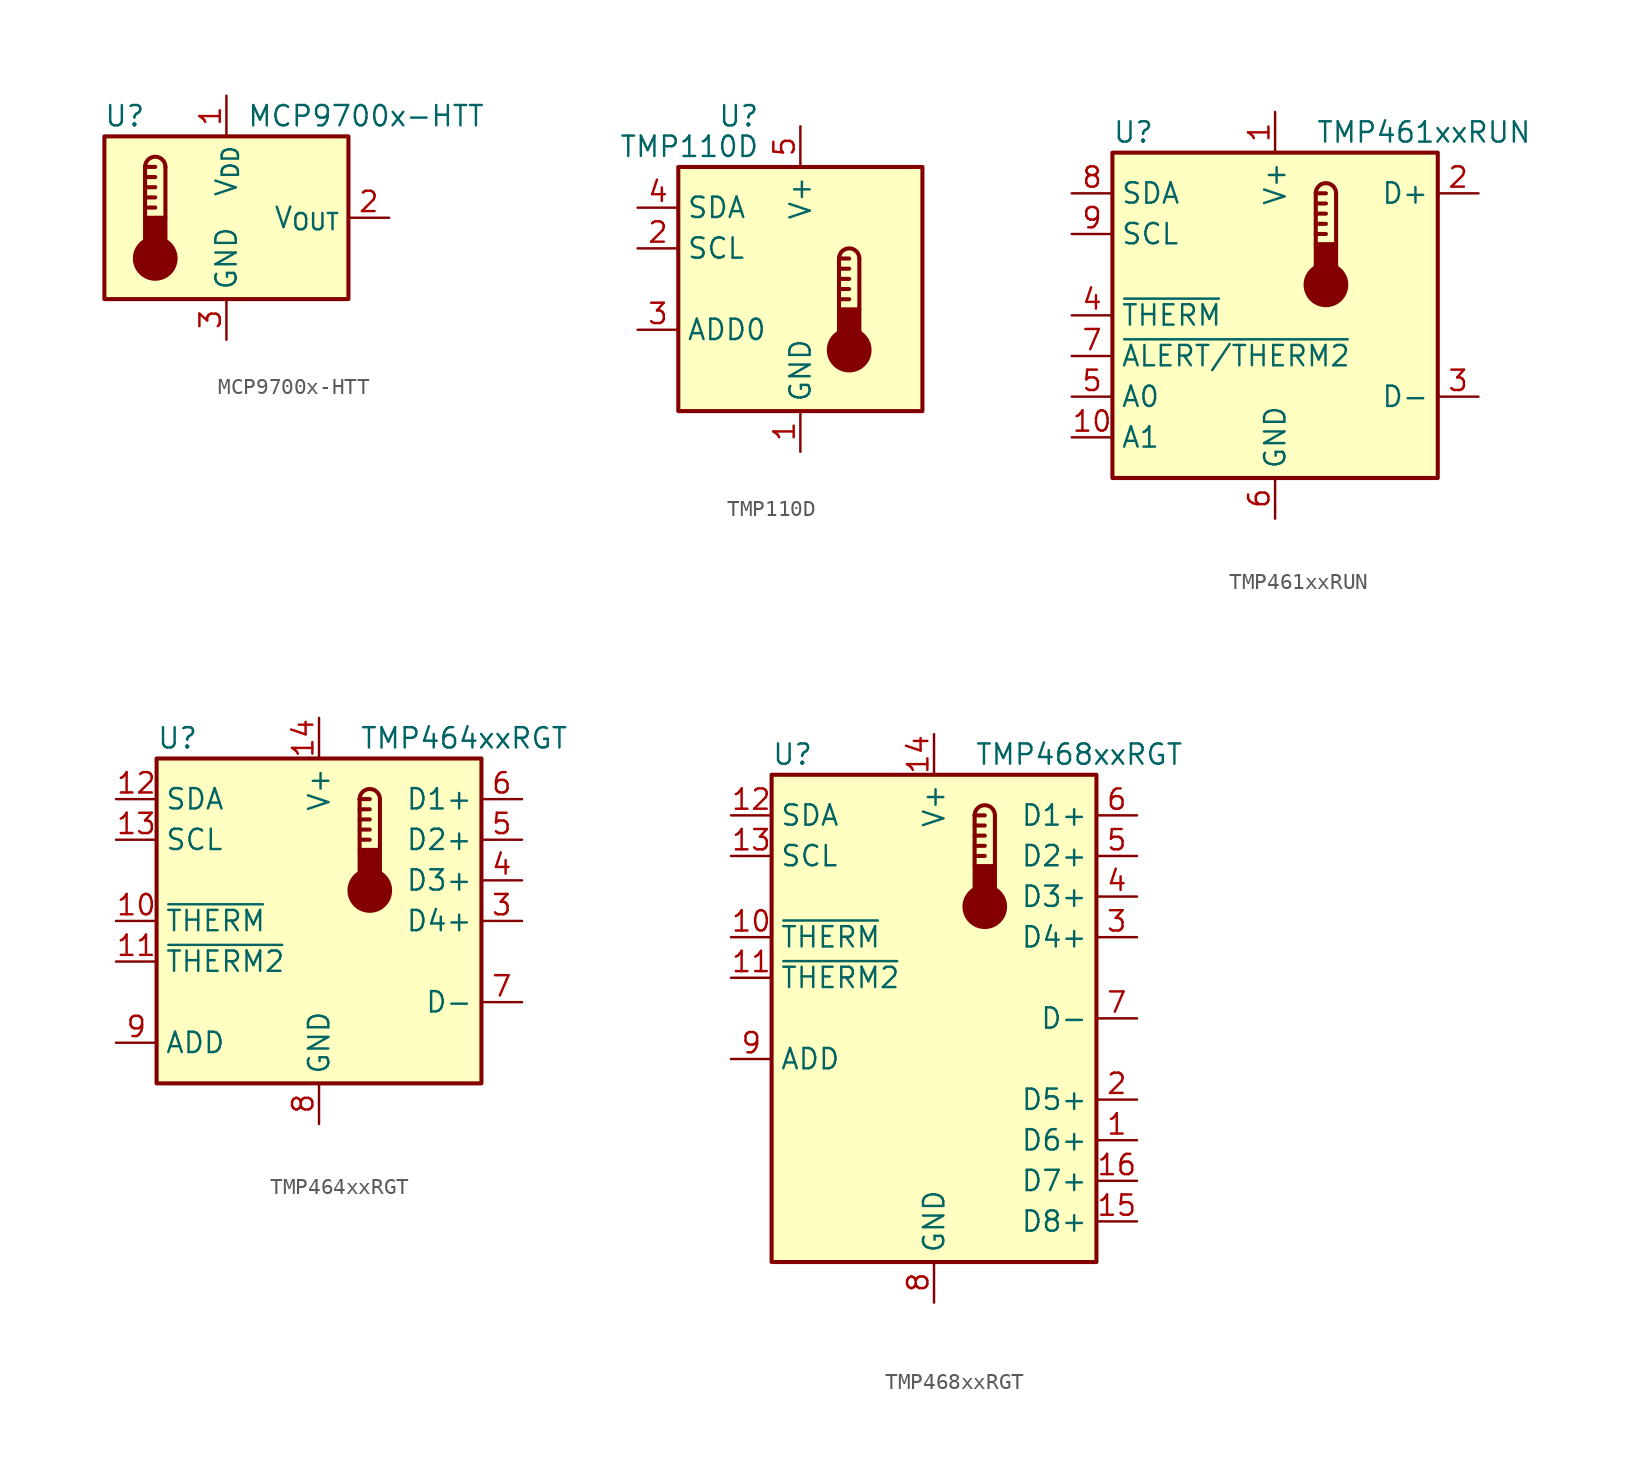
<source format=kicad_sym>
(kicad_symbol_lib
  (version 20241209)
  (generator "kicad_symbol_editor")
  (generator_version "9.0")
  (symbol "MCP9700x-HTT"
    (property "Reference" "U"
      (at -6.35 6.35 0)
      (effects (font (size 1.27 1.27))))
    (property "Value" "MCP9700x-HTT"
      (at 1.27 6.35 0)
      (effects (font (size 1.27 1.27)) (justify left)))
    (symbol "MCP9700x-HTT_0_1"
      (rectangle (start -7.62 5.08) (end 7.62 -5.08) (stroke (width 0.254) (type default)) (fill (type background)))
      (polyline (pts (xy -5.08 3.175) (xy -5.08 0)) (stroke (width 0.254) (type default)) (fill (type none)))
      (polyline (pts (xy -5.08 3.175) (xy -4.445 3.175)) (stroke (width 0.254) (type default)) (fill (type none)))
      (polyline (pts (xy -5.08 2.54) (xy -4.445 2.54)) (stroke (width 0.254) (type default)) (fill (type none)))
      (polyline (pts (xy -5.08 1.905) (xy -4.445 1.905)) (stroke (width 0.254) (type default)) (fill (type none)))
      (polyline (pts (xy -5.08 1.27) (xy -4.445 1.27)) (stroke (width 0.254) (type default)) (fill (type none)))
      (polyline (pts (xy -5.08 0.635) (xy -4.445 0.635)) (stroke (width 0.254) (type default)) (fill (type none)))
      (arc (start -5.08 3.175) (mid -4.445 3.8073) (end -3.81 3.175) (stroke (width 0.254) (type default)) (fill (type none)))
      (circle (center -4.445 -2.54) (radius 1.27) (stroke (width 0.254) (type default)) (fill (type outline)))
      (polyline (pts (xy -3.81 3.175) (xy -3.81 0)) (stroke (width 0.254) (type default)) (fill (type none)))
      (rectangle (start -3.81 -1.905) (end -5.08 0) (stroke (width 0.254) (type default)) (fill (type outline))))
    (symbol "MCP9700x-HTT_1_1"
      (pin power_in line (at 0 7.62 270) (length 2.54) (name "V_{DD}" (effects (font (size 1.27 1.27)))) (number "1" (effects (font (size 1.27 1.27)))))
      (pin power_in line (at 0 -7.62 90) (length 2.54) (name "GND" (effects (font (size 1.27 1.27)))) (number "3" (effects (font (size 1.27 1.27)))))
      (pin output line (at 10.16 0 180) (length 2.54) (name "V_{OUT}" (effects (font (size 1.27 1.27)))) (number "2" (effects (font (size 1.27 1.27)))))))
  (symbol "TMP110D"
    (property "Reference" "U"
      (at -2.54 10.795 0)
      (effects (font (size 1.27 1.27)) (justify right)))
    (property "Value" "TMP110D"
      (at -2.54 8.89 0)
      (effects (font (size 1.27 1.27)) (justify right)))
    (symbol "TMP110D_0_1"
      (rectangle (start -7.62 7.62) (end 7.62 -7.62) (stroke (width 0.254) (type default)) (fill (type background))))
    (symbol "TMP110D_1_1"
      (polyline (pts (xy 2.413 1.905) (xy 2.413 -1.27)) (stroke (width 0.254) (type default)) (fill (type none)))
      (polyline (pts (xy 2.413 1.905) (xy 3.048 1.905)) (stroke (width 0.254) (type default)) (fill (type none)))
      (polyline (pts (xy 2.413 1.27) (xy 3.048 1.27)) (stroke (width 0.254) (type default)) (fill (type none)))
      (polyline (pts (xy 2.413 0.635) (xy 3.048 0.635)) (stroke (width 0.254) (type default)) (fill (type none)))
      (polyline (pts (xy 2.413 0) (xy 3.048 0)) (stroke (width 0.254) (type default)) (fill (type none)))
      (polyline (pts (xy 2.413 -0.635) (xy 3.048 -0.635)) (stroke (width 0.254) (type default)) (fill (type none)))
      (arc (start 2.413 1.905) (mid 3.048 2.5373) (end 3.683 1.905) (stroke (width 0.254) (type default)) (fill (type none)))
      (circle (center 3.048 -3.81) (radius 1.27) (stroke (width 0.254) (type default)) (fill (type outline)))
      (polyline (pts (xy 3.683 1.905) (xy 3.683 -1.27)) (stroke (width 0.254) (type default)) (fill (type none)))
      (rectangle (start 3.683 -3.175) (end 2.413 -1.27) (stroke (width 0.254) (type default)) (fill (type outline)))
      (pin bidirectional line (at -10.16 5.08 0) (length 2.54) (name "SDA" (effects (font (size 1.27 1.27)))) (number "4" (effects (font (size 1.27 1.27)))))
      (pin input line (at -10.16 2.54 0) (length 2.54) (name "SCL" (effects (font (size 1.27 1.27)))) (number "2" (effects (font (size 1.27 1.27)))))
      (pin input line (at -10.16 -2.54 0) (length 2.54) (name "ADD0" (effects (font (size 1.27 1.27)))) (number "3" (effects (font (size 1.27 1.27)))))
      (pin power_in line (at 0 10.16 270) (length 2.54) (name "V+" (effects (font (size 1.27 1.27)))) (number "5" (effects (font (size 1.27 1.27)))))
      (pin power_in line (at 0 -10.16 90) (length 2.54) (name "GND" (effects (font (size 1.27 1.27)))) (number "1" (effects (font (size 1.27 1.27)))))))
  (symbol "TMP461xxRUN"
    (property "Reference" "U"
      (at -10.16 11.43 0)
      (effects (font (size 1.27 1.27)) (justify left)))
    (property "Value" "TMP461xxRUN"
      (at 2.54 11.43 0)
      (effects (font (size 1.27 1.27)) (justify left)))
    (symbol "TMP461xxRUN_0_1"
      (rectangle (start -10.16 10.16) (end 10.16 -10.16) (stroke (width 0.254) (type default)) (fill (type background))))
    (symbol "TMP461xxRUN_1_1"
      (polyline (pts (xy 2.54 7.62) (xy 2.54 4.445)) (stroke (width 0.254) (type default)) (fill (type none)))
      (polyline (pts (xy 2.54 7.62) (xy 3.175 7.62)) (stroke (width 0.254) (type default)) (fill (type none)))
      (polyline (pts (xy 2.54 6.985) (xy 3.175 6.985)) (stroke (width 0.254) (type default)) (fill (type none)))
      (polyline (pts (xy 2.54 6.35) (xy 3.175 6.35)) (stroke (width 0.254) (type default)) (fill (type none)))
      (polyline (pts (xy 2.54 5.715) (xy 3.175 5.715)) (stroke (width 0.254) (type default)) (fill (type none)))
      (polyline (pts (xy 2.54 5.08) (xy 3.175 5.08)) (stroke (width 0.254) (type default)) (fill (type none)))
      (arc (start 2.54 7.62) (mid 3.175 8.2523) (end 3.81 7.62) (stroke (width 0.254) (type default)) (fill (type none)))
      (circle (center 3.175 1.905) (radius 1.27) (stroke (width 0.254) (type default)) (fill (type outline)))
      (polyline (pts (xy 3.81 7.62) (xy 3.81 4.445)) (stroke (width 0.254) (type default)) (fill (type none)))
      (rectangle (start 3.81 2.54) (end 2.54 4.445) (stroke (width 0.254) (type default)) (fill (type outline)))
      (pin bidirectional line (at -12.7 7.62 0) (length 2.54) (name "SDA" (effects (font (size 1.27 1.27)))) (number "8" (effects (font (size 1.27 1.27)))))
      (pin input line (at -12.7 5.08 0) (length 2.54) (name "SCL" (effects (font (size 1.27 1.27)))) (number "9" (effects (font (size 1.27 1.27)))))
      (pin open_collector line (at -12.7 0 0) (length 2.54) (name "~{THERM}" (effects (font (size 1.27 1.27)))) (number "4" (effects (font (size 1.27 1.27)))))
      (pin open_collector line (at -12.7 -2.54 0) (length 2.54) (name "~{ALERT/THERM2}" (effects (font (size 1.27 1.27)))) (number "7" (effects (font (size 1.27 1.27)))) (alternate "~{ALERT}" open_collector line) (alternate "~{THERM2}" open_collector line))
      (pin passive line (at -12.7 -5.08 0) (length 2.54) (name "A0" (effects (font (size 1.27 1.27)))) (number "5" (effects (font (size 1.27 1.27)))))
      (pin passive line (at -12.7 -7.62 0) (length 2.54) (name "A1" (effects (font (size 1.27 1.27)))) (number "10" (effects (font (size 1.27 1.27)))))
      (pin power_in line (at 0 12.7 270) (length 2.54) (name "V+" (effects (font (size 1.27 1.27)))) (number "1" (effects (font (size 1.27 1.27)))))
      (pin power_in line (at 0 -12.7 90) (length 2.54) (name "GND" (effects (font (size 1.27 1.27)))) (number "6" (effects (font (size 1.27 1.27)))))
      (pin passive line (at 12.7 7.62 180) (length 2.54) (name "D+" (effects (font (size 1.27 1.27)))) (number "2" (effects (font (size 1.27 1.27)))))
      (pin passive line (at 12.7 -5.08 180) (length 2.54) (name "D-" (effects (font (size 1.27 1.27)))) (number "3" (effects (font (size 1.27 1.27)))))))
  (symbol "TMP464xxRGT"
    (property "Reference" "U"
      (at -10.16 11.43 0)
      (effects (font (size 1.27 1.27)) (justify left)))
    (property "Value" "TMP464xxRGT"
      (at 2.54 11.43 0)
      (effects (font (size 1.27 1.27)) (justify left)))
    (symbol "TMP464xxRGT_0_1"
      (rectangle (start -10.16 10.16) (end 10.16 -10.16) (stroke (width 0.254) (type default)) (fill (type background))))
    (symbol "TMP464xxRGT_1_1"
      (polyline (pts (xy 2.54 7.62) (xy 2.54 4.445)) (stroke (width 0.254) (type default)) (fill (type none)))
      (polyline (pts (xy 2.54 7.62) (xy 3.175 7.62)) (stroke (width 0.254) (type default)) (fill (type none)))
      (polyline (pts (xy 2.54 6.985) (xy 3.175 6.985)) (stroke (width 0.254) (type default)) (fill (type none)))
      (polyline (pts (xy 2.54 6.35) (xy 3.175 6.35)) (stroke (width 0.254) (type default)) (fill (type none)))
      (polyline (pts (xy 2.54 5.715) (xy 3.175 5.715)) (stroke (width 0.254) (type default)) (fill (type none)))
      (polyline (pts (xy 2.54 5.08) (xy 3.175 5.08)) (stroke (width 0.254) (type default)) (fill (type none)))
      (arc (start 2.54 7.62) (mid 3.175 8.2523) (end 3.81 7.62) (stroke (width 0.254) (type default)) (fill (type none)))
      (circle (center 3.175 1.905) (radius 1.27) (stroke (width 0.254) (type default)) (fill (type outline)))
      (polyline (pts (xy 3.81 7.62) (xy 3.81 4.445)) (stroke (width 0.254) (type default)) (fill (type none)))
      (rectangle (start 3.81 2.54) (end 2.54 4.445) (stroke (width 0.254) (type default)) (fill (type outline)))
      (pin bidirectional line (at -12.7 7.62 0) (length 2.54) (name "SDA" (effects (font (size 1.27 1.27)))) (number "12" (effects (font (size 1.27 1.27)))))
      (pin input line (at -12.7 5.08 0) (length 2.54) (name "SCL" (effects (font (size 1.27 1.27)))) (number "13" (effects (font (size 1.27 1.27)))))
      (pin open_collector line (at -12.7 0 0) (length 2.54) (name "~{THERM}" (effects (font (size 1.27 1.27)))) (number "10" (effects (font (size 1.27 1.27)))))
      (pin open_collector line (at -12.7 -2.54 0) (length 2.54) (name "~{THERM2}" (effects (font (size 1.27 1.27)))) (number "11" (effects (font (size 1.27 1.27)))))
      (pin passive line (at -12.7 -7.62 0) (length 2.54) (name "ADD" (effects (font (size 1.27 1.27)))) (number "9" (effects (font (size 1.27 1.27)))))
      (pin no_connect line (at -10.16 2.54 0) (length 2.54) (hide yes) (name "NC" (effects (font (size 1.27 1.27)))) (number "15" (effects (font (size 1.27 1.27)))))
      (pin no_connect line (at -10.16 -5.08 0) (length 2.54) (hide yes) (name "NC" (effects (font (size 1.27 1.27)))) (number "16" (effects (font (size 1.27 1.27)))))
      (pin power_in line (at 0 12.7 270) (length 2.54) (name "V+" (effects (font (size 1.27 1.27)))) (number "14" (effects (font (size 1.27 1.27)))))
      (pin passive line (at 0 -12.7 90) (length 2.54) (hide yes) (name "GND" (effects (font (size 1.27 1.27)))) (number "17" (effects (font (size 1.27 1.27)))))
      (pin power_in line (at 0 -12.7 90) (length 2.54) (name "GND" (effects (font (size 1.27 1.27)))) (number "8" (effects (font (size 1.27 1.27)))))
      (pin no_connect line (at 10.16 -2.54 180) (length 2.54) (hide yes) (name "NC" (effects (font (size 1.27 1.27)))) (number "1" (effects (font (size 1.27 1.27)))))
      (pin no_connect line (at 10.16 -7.62 180) (length 2.54) (hide yes) (name "NC" (effects (font (size 1.27 1.27)))) (number "2" (effects (font (size 1.27 1.27)))))
      (pin passive line (at 12.7 7.62 180) (length 2.54) (name "D1+" (effects (font (size 1.27 1.27)))) (number "6" (effects (font (size 1.27 1.27)))))
      (pin passive line (at 12.7 5.08 180) (length 2.54) (name "D2+" (effects (font (size 1.27 1.27)))) (number "5" (effects (font (size 1.27 1.27)))))
      (pin passive line (at 12.7 2.54 180) (length 2.54) (name "D3+" (effects (font (size 1.27 1.27)))) (number "4" (effects (font (size 1.27 1.27)))))
      (pin passive line (at 12.7 0 180) (length 2.54) (name "D4+" (effects (font (size 1.27 1.27)))) (number "3" (effects (font (size 1.27 1.27)))))
      (pin passive line (at 12.7 -5.08 180) (length 2.54) (name "D-" (effects (font (size 1.27 1.27)))) (number "7" (effects (font (size 1.27 1.27)))))))
  (symbol "TMP468xxRGT"
    (property "Reference" "U"
      (at -10.16 16.51 0)
      (effects (font (size 1.27 1.27)) (justify left)))
    (property "Value" "TMP468xxRGT"
      (at 2.54 16.51 0)
      (effects (font (size 1.27 1.27)) (justify left)))
    (symbol "TMP468xxRGT_0_1"
      (rectangle (start -10.16 15.24) (end 10.16 -15.24) (stroke (width 0.254) (type default)) (fill (type background))))
    (symbol "TMP468xxRGT_1_1"
      (polyline (pts (xy 2.54 12.7) (xy 2.54 9.525)) (stroke (width 0.254) (type default)) (fill (type none)))
      (polyline (pts (xy 2.54 12.7) (xy 3.175 12.7)) (stroke (width 0.254) (type default)) (fill (type none)))
      (polyline (pts (xy 2.54 12.065) (xy 3.175 12.065)) (stroke (width 0.254) (type default)) (fill (type none)))
      (polyline (pts (xy 2.54 11.43) (xy 3.175 11.43)) (stroke (width 0.254) (type default)) (fill (type none)))
      (polyline (pts (xy 2.54 10.795) (xy 3.175 10.795)) (stroke (width 0.254) (type default)) (fill (type none)))
      (polyline (pts (xy 2.54 10.16) (xy 3.175 10.16)) (stroke (width 0.254) (type default)) (fill (type none)))
      (arc (start 2.54 12.7) (mid 3.175 13.3323) (end 3.81 12.7) (stroke (width 0.254) (type default)) (fill (type none)))
      (circle (center 3.175 6.985) (radius 1.27) (stroke (width 0.254) (type default)) (fill (type outline)))
      (polyline (pts (xy 3.81 12.7) (xy 3.81 9.525)) (stroke (width 0.254) (type default)) (fill (type none)))
      (rectangle (start 3.81 7.62) (end 2.54 9.525) (stroke (width 0.254) (type default)) (fill (type outline)))
      (pin bidirectional line (at -12.7 12.7 0) (length 2.54) (name "SDA" (effects (font (size 1.27 1.27)))) (number "12" (effects (font (size 1.27 1.27)))))
      (pin input line (at -12.7 10.16 0) (length 2.54) (name "SCL" (effects (font (size 1.27 1.27)))) (number "13" (effects (font (size 1.27 1.27)))))
      (pin open_collector line (at -12.7 5.08 0) (length 2.54) (name "~{THERM}" (effects (font (size 1.27 1.27)))) (number "10" (effects (font (size 1.27 1.27)))))
      (pin open_collector line (at -12.7 2.54 0) (length 2.54) (name "~{THERM2}" (effects (font (size 1.27 1.27)))) (number "11" (effects (font (size 1.27 1.27)))))
      (pin passive line (at -12.7 -2.54 0) (length 2.54) (name "ADD" (effects (font (size 1.27 1.27)))) (number "9" (effects (font (size 1.27 1.27)))))
      (pin power_in line (at 0 17.78 270) (length 2.54) (name "V+" (effects (font (size 1.27 1.27)))) (number "14" (effects (font (size 1.27 1.27)))))
      (pin passive line (at 0 -17.78 90) (length 2.54) (hide yes) (name "GND" (effects (font (size 1.27 1.27)))) (number "17" (effects (font (size 1.27 1.27)))))
      (pin power_in line (at 0 -17.78 90) (length 2.54) (name "GND" (effects (font (size 1.27 1.27)))) (number "8" (effects (font (size 1.27 1.27)))))
      (pin passive line (at 12.7 12.7 180) (length 2.54) (name "D1+" (effects (font (size 1.27 1.27)))) (number "6" (effects (font (size 1.27 1.27)))))
      (pin passive line (at 12.7 10.16 180) (length 2.54) (name "D2+" (effects (font (size 1.27 1.27)))) (number "5" (effects (font (size 1.27 1.27)))))
      (pin passive line (at 12.7 7.62 180) (length 2.54) (name "D3+" (effects (font (size 1.27 1.27)))) (number "4" (effects (font (size 1.27 1.27)))))
      (pin passive line (at 12.7 5.08 180) (length 2.54) (name "D4+" (effects (font (size 1.27 1.27)))) (number "3" (effects (font (size 1.27 1.27)))))
      (pin passive line (at 12.7 0 180) (length 2.54) (name "D-" (effects (font (size 1.27 1.27)))) (number "7" (effects (font (size 1.27 1.27)))))
      (pin passive line (at 12.7 -5.08 180) (length 2.54) (name "D5+" (effects (font (size 1.27 1.27)))) (number "2" (effects (font (size 1.27 1.27)))))
      (pin passive line (at 12.7 -7.62 180) (length 2.54) (name "D6+" (effects (font (size 1.27 1.27)))) (number "1" (effects (font (size 1.27 1.27)))))
      (pin passive line (at 12.7 -10.16 180) (length 2.54) (name "D7+" (effects (font (size 1.27 1.27)))) (number "16" (effects (font (size 1.27 1.27)))))
      (pin passive line (at 12.7 -12.7 180) (length 2.54) (name "D8+" (effects (font (size 1.27 1.27)))) (number "15" (effects (font (size 1.27 1.27))))))))
</source>
